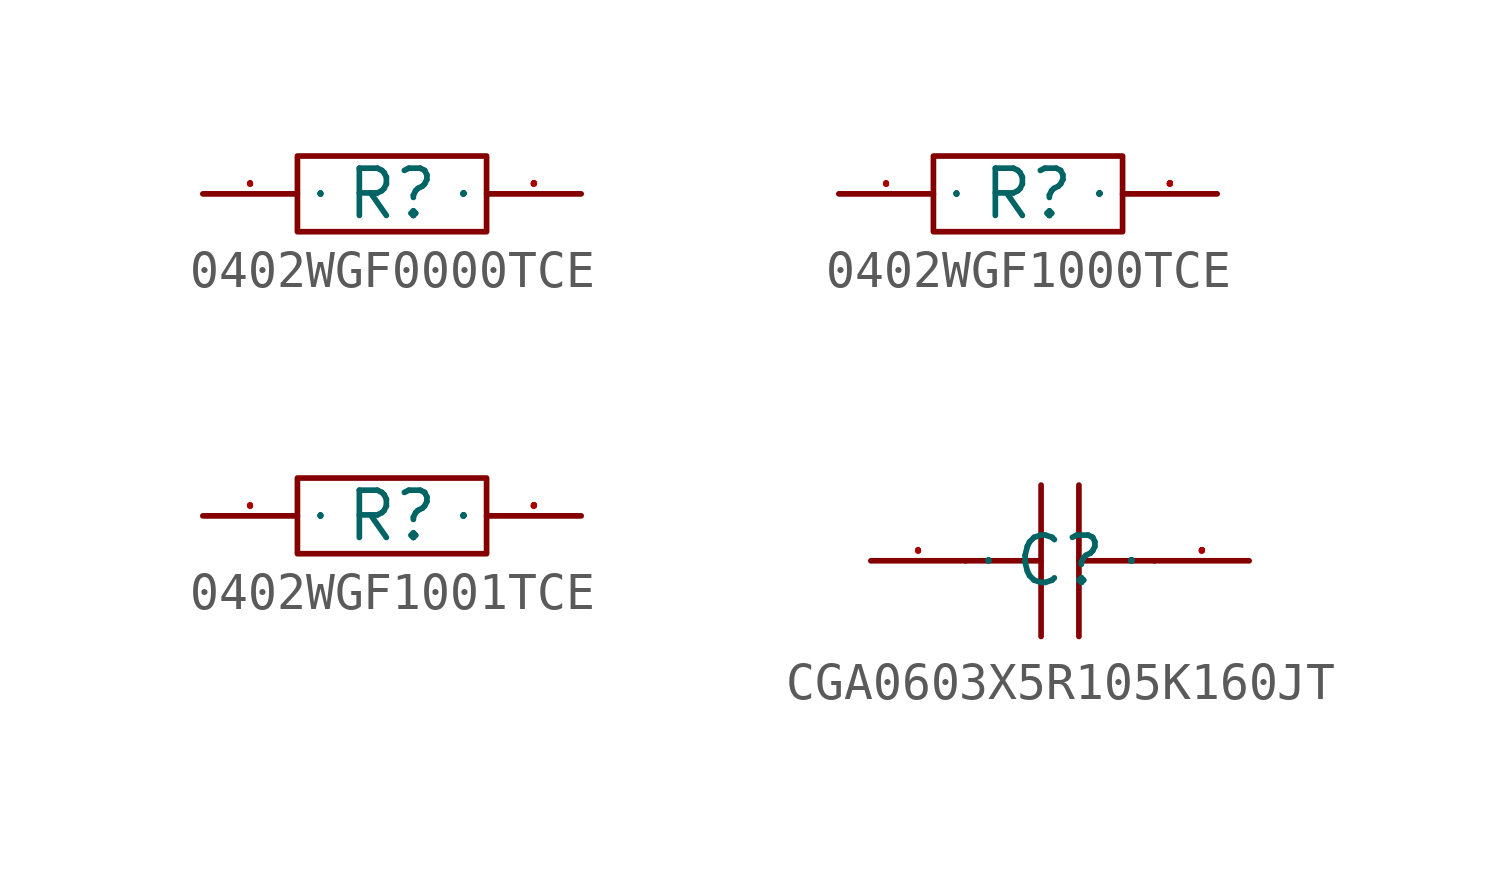
<source format=kicad_sym>
(kicad_symbol_lib
  (version 20241209)
  (generator "kicad_symbol_editor")
  (generator_version "9.0")
  (symbol "0402WGF0000TCE"
    (property "Reference" "R"
      (at 0 0 0)
      (effects (font (size 1.27 1.27))))
    (symbol "0402WGF0000TCE_1_0"
      (rectangle (start -2.54 -1.016) (end 2.54 1.016) (stroke (width 0) (type default)) (fill (type none)))
      (pin input line (at -5.08 0 0) (length 2.54) (name "1" (effects (font (size 0.025 0.025)))) (number "1" (effects (font (size 0.025 0.025)))))
      (pin input line (at 5.08 0 180) (length 2.54) (name "2" (effects (font (size 0.025 0.025)))) (number "2" (effects (font (size 0.025 0.025)))))))
  (symbol "0402WGF1000TCE"
    (property "Reference" "R"
      (at 0 0 0)
      (effects (font (size 1.27 1.27))))
    (symbol "0402WGF1000TCE_1_0"
      (rectangle (start -2.54 -1.016) (end 2.54 1.016) (stroke (width 0) (type default)) (fill (type none)))
      (pin input line (at -5.08 0 0) (length 2.54) (name "1" (effects (font (size 0.025 0.025)))) (number "1" (effects (font (size 0.025 0.025)))))
      (pin input line (at 5.08 0 180) (length 2.54) (name "2" (effects (font (size 0.025 0.025)))) (number "2" (effects (font (size 0.025 0.025)))))))
  (symbol "0402WGF1001TCE"
    (property "Reference" "R"
      (at 0 0 0)
      (effects (font (size 1.27 1.27))))
    (symbol "0402WGF1001TCE_1_0"
      (rectangle (start -2.54 -1.016) (end 2.54 1.016) (stroke (width 0) (type default)) (fill (type none)))
      (pin input line (at -5.08 0 0) (length 2.54) (name "1" (effects (font (size 0.025 0.025)))) (number "1" (effects (font (size 0.025 0.025)))))
      (pin input line (at 5.08 0 180) (length 2.54) (name "2" (effects (font (size 0.025 0.025)))) (number "2" (effects (font (size 0.025 0.025)))))))
  (symbol "CGA0603X5R105K160JT"
    (property "Reference" "C"
      (at 0 0 0)
      (effects (font (size 1.27 1.27))))
    (symbol "CGA0603X5R105K160JT_1_0"
      (polyline (pts (xy -0.508 0) (xy -2.54 0)) (stroke (width 0) (type default)) (fill (type none)))
      (polyline (pts (xy -0.508 -2.032) (xy -0.508 2.032)) (stroke (width 0) (type default)) (fill (type none)))
      (polyline (pts (xy 0.508 2.032) (xy 0.508 -2.032)) (stroke (width 0) (type default)) (fill (type none)))
      (polyline (pts (xy 2.54 0) (xy 0.508 0)) (stroke (width 0) (type default)) (fill (type none)))
      (pin unspecified line (at -5.08 0 0) (length 2.54) (name "1" (effects (font (size 0.025 0.025)))) (number "1" (effects (font (size 0.025 0.025)))))
      (pin unspecified line (at 5.08 0 180) (length 2.54) (name "2" (effects (font (size 0.025 0.025)))) (number "2" (effects (font (size 0.025 0.025))))))))
</source>
